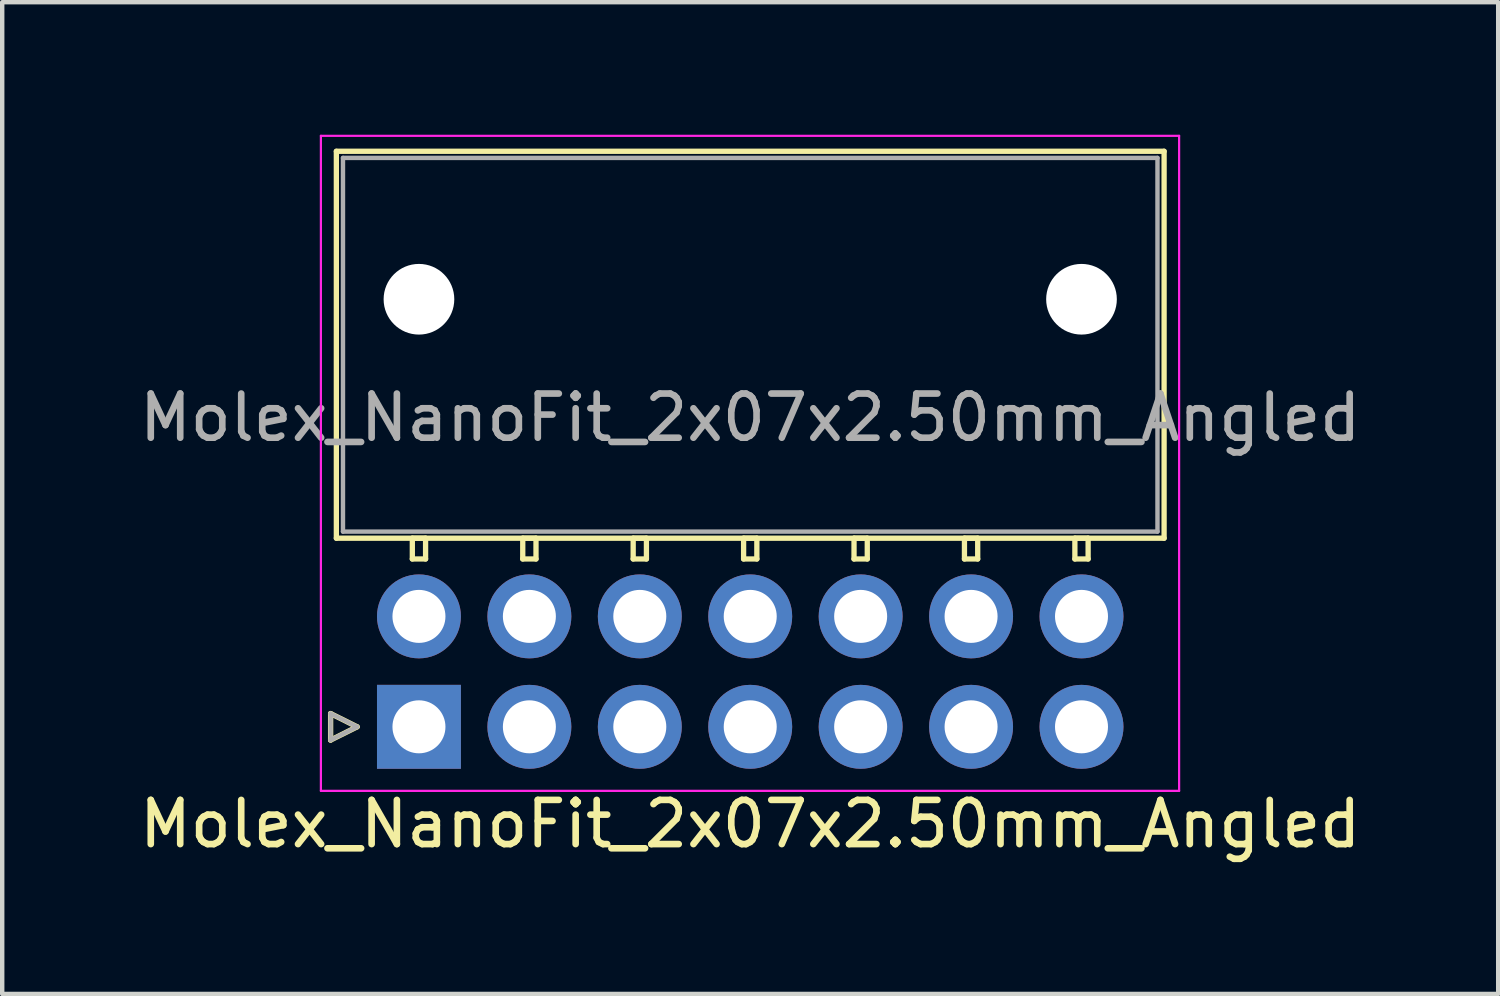
<source format=kicad_pcb>
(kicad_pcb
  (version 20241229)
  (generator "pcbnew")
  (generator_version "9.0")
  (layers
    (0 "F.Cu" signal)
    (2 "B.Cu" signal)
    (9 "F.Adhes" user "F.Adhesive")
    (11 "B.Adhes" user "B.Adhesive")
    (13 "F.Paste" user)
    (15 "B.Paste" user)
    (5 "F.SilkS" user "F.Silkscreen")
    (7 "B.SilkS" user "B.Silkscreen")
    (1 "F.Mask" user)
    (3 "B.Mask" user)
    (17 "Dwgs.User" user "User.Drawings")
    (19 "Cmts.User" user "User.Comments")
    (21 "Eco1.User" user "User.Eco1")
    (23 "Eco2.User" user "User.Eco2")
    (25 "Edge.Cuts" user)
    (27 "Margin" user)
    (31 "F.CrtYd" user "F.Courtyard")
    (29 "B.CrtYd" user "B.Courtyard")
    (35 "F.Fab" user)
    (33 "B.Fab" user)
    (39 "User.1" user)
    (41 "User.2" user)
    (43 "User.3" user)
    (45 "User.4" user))
  (footprint "Molex_NanoFit_2x07x2.50mm_Angled"
    (layer "F.Cu")
    (at 6.435 13.405)
    (property "Reference" "Molex_NanoFit_2x07x2.50mm_Angled" (at 7.5 2.2 0) (layer "F.SilkS") (effects (font (size 1 1) (thickness 0.15))))
    (attr through_hole)
    (fp_line (start -2 -0.3) (end -1.4 0) (stroke (width 0.12) (type solid)) (layer "F.SilkS"))
    (fp_line (start -2 0.3) (end -2 -0.3) (stroke (width 0.12) (type solid)) (layer "F.SilkS"))
    (fp_line (start -1.87 -13.03) (end -1.87 -4.27) (stroke (width 0.12) (type solid)) (layer "F.SilkS"))
    (fp_line (start -1.87 -4.27) (end 16.87 -4.27) (stroke (width 0.12) (type solid)) (layer "F.SilkS"))
    (fp_line (start -1.4 0) (end -2 0.3) (stroke (width 0.12) (type solid)) (layer "F.SilkS"))
    (fp_line (start -0.15 -4.27) (end -0.15 -3.8) (stroke (width 0.12) (type solid)) (layer "F.SilkS"))
    (fp_line (start -0.15 -3.8) (end 0.15 -3.8) (stroke (width 0.12) (type solid)) (layer "F.SilkS"))
    (fp_line (start 0.15 -4.27) (end -0.15 -4.27) (stroke (width 0.12) (type solid)) (layer "F.SilkS"))
    (fp_line (start 0.15 -3.8) (end 0.15 -4.27) (stroke (width 0.12) (type solid)) (layer "F.SilkS"))
    (fp_line (start 2.35 -4.27) (end 2.35 -3.8) (stroke (width 0.12) (type solid)) (layer "F.SilkS"))
    (fp_line (start 2.35 -3.8) (end 2.65 -3.8) (stroke (width 0.12) (type solid)) (layer "F.SilkS"))
    (fp_line (start 2.65 -4.27) (end 2.35 -4.27) (stroke (width 0.12) (type solid)) (layer "F.SilkS"))
    (fp_line (start 2.65 -3.8) (end 2.65 -4.27) (stroke (width 0.12) (type solid)) (layer "F.SilkS"))
    (fp_line (start 4.85 -4.27) (end 4.85 -3.8) (stroke (width 0.12) (type solid)) (layer "F.SilkS"))
    (fp_line (start 4.85 -3.8) (end 5.15 -3.8) (stroke (width 0.12) (type solid)) (layer "F.SilkS"))
    (fp_line (start 5.15 -4.27) (end 4.85 -4.27) (stroke (width 0.12) (type solid)) (layer "F.SilkS"))
    (fp_line (start 5.15 -3.8) (end 5.15 -4.27) (stroke (width 0.12) (type solid)) (layer "F.SilkS"))
    (fp_line (start 7.35 -4.27) (end 7.35 -3.8) (stroke (width 0.12) (type solid)) (layer "F.SilkS"))
    (fp_line (start 7.35 -3.8) (end 7.65 -3.8) (stroke (width 0.12) (type solid)) (layer "F.SilkS"))
    (fp_line (start 7.65 -4.27) (end 7.35 -4.27) (stroke (width 0.12) (type solid)) (layer "F.SilkS"))
    (fp_line (start 7.65 -3.8) (end 7.65 -4.27) (stroke (width 0.12) (type solid)) (layer "F.SilkS"))
    (fp_line (start 9.85 -4.27) (end 9.85 -3.8) (stroke (width 0.12) (type solid)) (layer "F.SilkS"))
    (fp_line (start 9.85 -3.8) (end 10.15 -3.8) (stroke (width 0.12) (type solid)) (layer "F.SilkS"))
    (fp_line (start 10.15 -4.27) (end 9.85 -4.27) (stroke (width 0.12) (type solid)) (layer "F.SilkS"))
    (fp_line (start 10.15 -3.8) (end 10.15 -4.27) (stroke (width 0.12) (type solid)) (layer "F.SilkS"))
    (fp_line (start 12.35 -4.27) (end 12.35 -3.8) (stroke (width 0.12) (type solid)) (layer "F.SilkS"))
    (fp_line (start 12.35 -3.8) (end 12.65 -3.8) (stroke (width 0.12) (type solid)) (layer "F.SilkS"))
    (fp_line (start 12.65 -4.27) (end 12.35 -4.27) (stroke (width 0.12) (type solid)) (layer "F.SilkS"))
    (fp_line (start 12.65 -3.8) (end 12.65 -4.27) (stroke (width 0.12) (type solid)) (layer "F.SilkS"))
    (fp_line (start 14.85 -4.27) (end 14.85 -3.8) (stroke (width 0.12) (type solid)) (layer "F.SilkS"))
    (fp_line (start 14.85 -3.8) (end 15.15 -3.8) (stroke (width 0.12) (type solid)) (layer "F.SilkS"))
    (fp_line (start 15.15 -4.27) (end 14.85 -4.27) (stroke (width 0.12) (type solid)) (layer "F.SilkS"))
    (fp_line (start 15.15 -3.8) (end 15.15 -4.27) (stroke (width 0.12) (type solid)) (layer "F.SilkS"))
    (fp_line (start 16.87 -13.03) (end -1.87 -13.03) (stroke (width 0.12) (type solid)) (layer "F.SilkS"))
    (fp_line (start 16.87 -4.27) (end 16.87 -13.03) (stroke (width 0.12) (type solid)) (layer "F.SilkS"))
    (fp_line (start -2.22 -13.38) (end -2.22 1.45) (stroke (width 0.05) (type solid)) (layer "F.CrtYd"))
    (fp_line (start -2.22 1.45) (end 17.21 1.45) (stroke (width 0.05) (type solid)) (layer "F.CrtYd"))
    (fp_line (start 17.21 -13.38) (end -2.22 -13.38) (stroke (width 0.05) (type solid)) (layer "F.CrtYd"))
    (fp_line (start 17.21 1.45) (end 17.21 -13.38) (stroke (width 0.05) (type solid)) (layer "F.CrtYd"))
    (fp_line (start -2 -0.3) (end -1.4 0) (stroke (width 0.1) (type solid)) (layer "F.Fab"))
    (fp_line (start -2 0.3) (end -2 -0.3) (stroke (width 0.1) (type solid)) (layer "F.Fab"))
    (fp_line (start -1.72 -12.88) (end -1.72 -4.42) (stroke (width 0.1) (type solid)) (layer "F.Fab"))
    (fp_line (start -1.72 -4.42) (end 16.72 -4.42) (stroke (width 0.1) (type solid)) (layer "F.Fab"))
    (fp_line (start -1.4 0) (end -2 0.3) (stroke (width 0.1) (type solid)) (layer "F.Fab"))
    (fp_line (start 16.72 -12.88) (end -1.72 -12.88) (stroke (width 0.1) (type solid)) (layer "F.Fab"))
    (fp_line (start 16.72 -4.42) (end 16.72 -12.88) (stroke (width 0.1) (type solid)) (layer "F.Fab"))
    (fp_text user "${REFERENCE}" (at 7.5 -7 0) (layer "F.Fab") (effects (font (size 1 1) (thickness 0.15))))
    (pad "" np_thru_hole circle (at 0 -9.68) (size 1.6 1.6) (drill 1.6) (layers "*.Cu" "*.Mask"))
    (pad "" np_thru_hole circle (at 15 -9.68) (size 1.6 1.6) (drill 1.6) (layers "*.Cu" "*.Mask"))
    (pad "1" thru_hole rect (at 0 0) (size 1.9 1.9) (drill 1.2) (layers "*.Cu" "*.Mask"))
    (pad "2" thru_hole circle (at 2.5 0) (size 1.9 1.9) (drill 1.2) (layers "*.Cu" "*.Mask"))
    (pad "3" thru_hole circle (at 5 0) (size 1.9 1.9) (drill 1.2) (layers "*.Cu" "*.Mask"))
    (pad "4" thru_hole circle (at 7.5 0) (size 1.9 1.9) (drill 1.2) (layers "*.Cu" "*.Mask"))
    (pad "5" thru_hole circle (at 10 0) (size 1.9 1.9) (drill 1.2) (layers "*.Cu" "*.Mask"))
    (pad "6" thru_hole circle (at 12.5 0) (size 1.9 1.9) (drill 1.2) (layers "*.Cu" "*.Mask"))
    (pad "7" thru_hole circle (at 15 0) (size 1.9 1.9) (drill 1.2) (layers "*.Cu" "*.Mask"))
    (pad "8" thru_hole circle (at 0 -2.5) (size 1.9 1.9) (drill 1.2) (layers "*.Cu" "*.Mask"))
    (pad "9" thru_hole circle (at 2.5 -2.5) (size 1.9 1.9) (drill 1.2) (layers "*.Cu" "*.Mask"))
    (pad "10" thru_hole circle (at 5 -2.5) (size 1.9 1.9) (drill 1.2) (layers "*.Cu" "*.Mask"))
    (pad "11" thru_hole circle (at 7.5 -2.5) (size 1.9 1.9) (drill 1.2) (layers "*.Cu" "*.Mask"))
    (pad "12" thru_hole circle (at 10 -2.5) (size 1.9 1.9) (drill 1.2) (layers "*.Cu" "*.Mask"))
    (pad "13" thru_hole circle (at 12.5 -2.5) (size 1.9 1.9) (drill 1.2) (layers "*.Cu" "*.Mask"))
    (pad "14" thru_hole circle (at 15 -2.5) (size 1.9 1.9) (drill 1.2) (layers "*.Cu" "*.Mask")))
  (gr_rect
    (start -3 -3)
    (end 30.869 19.453)
    (stroke (width 0.1) (type default))
    (fill no)
    (layer "Edge.Cuts")))
</source>
